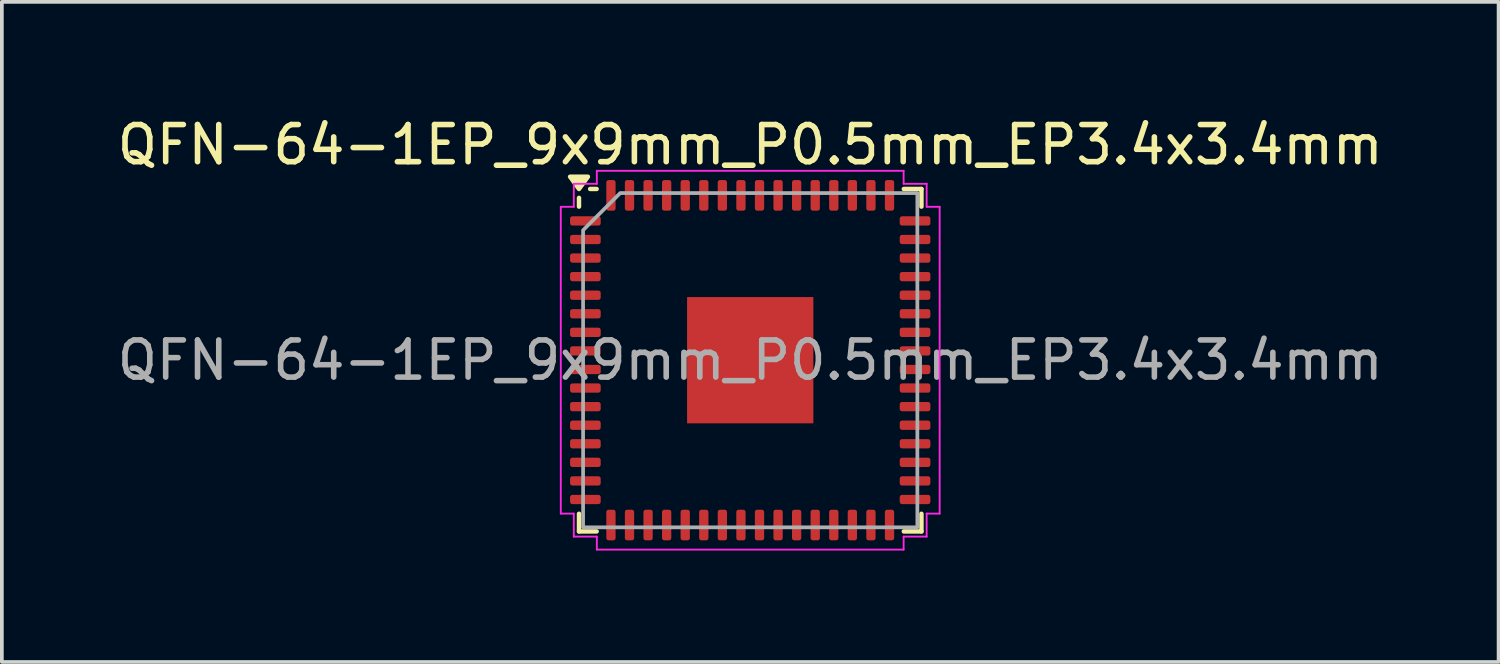
<source format=kicad_pcb>
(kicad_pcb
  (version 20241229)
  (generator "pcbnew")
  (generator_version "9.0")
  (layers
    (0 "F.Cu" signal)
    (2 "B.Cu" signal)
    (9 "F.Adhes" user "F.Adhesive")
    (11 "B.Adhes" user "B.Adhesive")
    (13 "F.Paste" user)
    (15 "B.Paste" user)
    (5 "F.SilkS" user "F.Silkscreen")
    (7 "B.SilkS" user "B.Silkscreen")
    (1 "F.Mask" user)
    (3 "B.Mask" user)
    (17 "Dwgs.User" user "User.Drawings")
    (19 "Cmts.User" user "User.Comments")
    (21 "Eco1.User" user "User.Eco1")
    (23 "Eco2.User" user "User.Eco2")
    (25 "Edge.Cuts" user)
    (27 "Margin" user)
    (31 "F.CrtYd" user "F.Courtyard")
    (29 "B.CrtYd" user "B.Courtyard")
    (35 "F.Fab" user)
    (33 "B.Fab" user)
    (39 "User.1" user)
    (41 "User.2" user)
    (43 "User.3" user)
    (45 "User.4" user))
  (footprint "QFN-64-1EP_9x9mm_P0.5mm_EP3.4x3.4mm"
    (layer "F.Cu")
    (at 17.149 6.648)
    (property "Reference" "QFN-64-1EP_9x9mm_P0.5mm_EP3.4x3.4mm" (at 0 -5.8 0) (layer "F.SilkS") (effects (font (size 1 1) (thickness 0.15))))
    (attr smd)
    (fp_line (start -4.61 -4.135) (end -4.61 -4.37) (stroke (width 0.12) (type solid)) (layer "F.SilkS"))
    (fp_line (start -4.61 4.61) (end -4.61 4.135) (stroke (width 0.12) (type solid)) (layer "F.SilkS"))
    (fp_line (start -4.135 -4.61) (end -4.31 -4.61) (stroke (width 0.12) (type solid)) (layer "F.SilkS"))
    (fp_line (start -4.135 4.61) (end -4.61 4.61) (stroke (width 0.12) (type solid)) (layer "F.SilkS"))
    (fp_line (start 4.135 -4.61) (end 4.61 -4.61) (stroke (width 0.12) (type solid)) (layer "F.SilkS"))
    (fp_line (start 4.135 4.61) (end 4.61 4.61) (stroke (width 0.12) (type solid)) (layer "F.SilkS"))
    (fp_line (start 4.61 -4.61) (end 4.61 -4.135) (stroke (width 0.12) (type solid)) (layer "F.SilkS"))
    (fp_line (start 4.61 4.61) (end 4.61 4.135) (stroke (width 0.12) (type solid)) (layer "F.SilkS"))
    (fp_poly (pts (xy -4.61 -4.61) (xy -4.85 -4.94) (xy -4.37 -4.94)) (stroke (width 0.12) (type solid)) (fill yes) (layer "F.SilkS"))
    (fp_line (start -5.1 -4.13) (end -4.75 -4.13) (stroke (width 0.05) (type solid)) (layer "F.CrtYd"))
    (fp_line (start -5.1 4.13) (end -5.1 -4.13) (stroke (width 0.05) (type solid)) (layer "F.CrtYd"))
    (fp_line (start -4.75 -4.75) (end -4.13 -4.75) (stroke (width 0.05) (type solid)) (layer "F.CrtYd"))
    (fp_line (start -4.75 -4.13) (end -4.75 -4.75) (stroke (width 0.05) (type solid)) (layer "F.CrtYd"))
    (fp_line (start -4.75 4.13) (end -5.1 4.13) (stroke (width 0.05) (type solid)) (layer "F.CrtYd"))
    (fp_line (start -4.75 4.75) (end -4.75 4.13) (stroke (width 0.05) (type solid)) (layer "F.CrtYd"))
    (fp_line (start -4.13 -5.1) (end 4.13 -5.1) (stroke (width 0.05) (type solid)) (layer "F.CrtYd"))
    (fp_line (start -4.13 -4.75) (end -4.13 -5.1) (stroke (width 0.05) (type solid)) (layer "F.CrtYd"))
    (fp_line (start -4.13 4.75) (end -4.75 4.75) (stroke (width 0.05) (type solid)) (layer "F.CrtYd"))
    (fp_line (start -4.13 5.1) (end -4.13 4.75) (stroke (width 0.05) (type solid)) (layer "F.CrtYd"))
    (fp_line (start 4.13 -5.1) (end 4.13 -4.75) (stroke (width 0.05) (type solid)) (layer "F.CrtYd"))
    (fp_line (start 4.13 -4.75) (end 4.75 -4.75) (stroke (width 0.05) (type solid)) (layer "F.CrtYd"))
    (fp_line (start 4.13 4.75) (end 4.13 5.1) (stroke (width 0.05) (type solid)) (layer "F.CrtYd"))
    (fp_line (start 4.13 5.1) (end -4.13 5.1) (stroke (width 0.05) (type solid)) (layer "F.CrtYd"))
    (fp_line (start 4.75 -4.75) (end 4.75 -4.13) (stroke (width 0.05) (type solid)) (layer "F.CrtYd"))
    (fp_line (start 4.75 -4.13) (end 5.1 -4.13) (stroke (width 0.05) (type solid)) (layer "F.CrtYd"))
    (fp_line (start 4.75 4.13) (end 4.75 4.75) (stroke (width 0.05) (type solid)) (layer "F.CrtYd"))
    (fp_line (start 4.75 4.75) (end 4.13 4.75) (stroke (width 0.05) (type solid)) (layer "F.CrtYd"))
    (fp_line (start 5.1 -4.13) (end 5.1 4.13) (stroke (width 0.05) (type solid)) (layer "F.CrtYd"))
    (fp_line (start 5.1 4.13) (end 4.75 4.13) (stroke (width 0.05) (type solid)) (layer "F.CrtYd"))
    (fp_poly (pts (xy -4.5 -3.5) (xy -4.5 4.5) (xy 4.5 4.5) (xy 4.5 -4.5) (xy -3.5 -4.5)) (stroke (width 0.1) (type solid)) (fill no) (layer "F.Fab"))
    (fp_text user "${REFERENCE}" (at 0 0 0) (layer "F.Fab") (effects (font (size 1 1) (thickness 0.15))))
    (pad "" smd roundrect (at -1.13 -1.13) (size 0.91 0.91) (layers "F.Paste") (roundrect_rratio 0.25))
    (pad "" smd roundrect (at -1.13 0) (size 0.91 0.91) (layers "F.Paste") (roundrect_rratio 0.25))
    (pad "" smd roundrect (at -1.13 1.13) (size 0.91 0.91) (layers "F.Paste") (roundrect_rratio 0.25))
    (pad "" smd roundrect (at 0 -1.13) (size 0.91 0.91) (layers "F.Paste") (roundrect_rratio 0.25))
    (pad "" smd roundrect (at 0 0) (size 0.91 0.91) (layers "F.Paste") (roundrect_rratio 0.25))
    (pad "" smd roundrect (at 0 1.13) (size 0.91 0.91) (layers "F.Paste") (roundrect_rratio 0.25))
    (pad "" smd roundrect (at 1.13 -1.13) (size 0.91 0.91) (layers "F.Paste") (roundrect_rratio 0.25))
    (pad "" smd roundrect (at 1.13 0) (size 0.91 0.91) (layers "F.Paste") (roundrect_rratio 0.25))
    (pad "" smd roundrect (at 1.13 1.13) (size 0.91 0.91) (layers "F.Paste") (roundrect_rratio 0.25))
    (pad "1" smd roundrect (at -4.438 -3.75) (size 0.825 0.25) (layers "F.Cu" "F.Mask" "F.Paste") (roundrect_rratio 0.25))
    (pad "2" smd roundrect (at -4.438 -3.25) (size 0.825 0.25) (layers "F.Cu" "F.Mask" "F.Paste") (roundrect_rratio 0.25))
    (pad "3" smd roundrect (at -4.438 -2.75) (size 0.825 0.25) (layers "F.Cu" "F.Mask" "F.Paste") (roundrect_rratio 0.25))
    (pad "4" smd roundrect (at -4.438 -2.25) (size 0.825 0.25) (layers "F.Cu" "F.Mask" "F.Paste") (roundrect_rratio 0.25))
    (pad "5" smd roundrect (at -4.438 -1.75) (size 0.825 0.25) (layers "F.Cu" "F.Mask" "F.Paste") (roundrect_rratio 0.25))
    (pad "6" smd roundrect (at -4.438 -1.25) (size 0.825 0.25) (layers "F.Cu" "F.Mask" "F.Paste") (roundrect_rratio 0.25))
    (pad "7" smd roundrect (at -4.438 -0.75) (size 0.825 0.25) (layers "F.Cu" "F.Mask" "F.Paste") (roundrect_rratio 0.25))
    (pad "8" smd roundrect (at -4.438 -0.25) (size 0.825 0.25) (layers "F.Cu" "F.Mask" "F.Paste") (roundrect_rratio 0.25))
    (pad "9" smd roundrect (at -4.438 0.25) (size 0.825 0.25) (layers "F.Cu" "F.Mask" "F.Paste") (roundrect_rratio 0.25))
    (pad "10" smd roundrect (at -4.438 0.75) (size 0.825 0.25) (layers "F.Cu" "F.Mask" "F.Paste") (roundrect_rratio 0.25))
    (pad "11" smd roundrect (at -4.438 1.25) (size 0.825 0.25) (layers "F.Cu" "F.Mask" "F.Paste") (roundrect_rratio 0.25))
    (pad "12" smd roundrect (at -4.438 1.75) (size 0.825 0.25) (layers "F.Cu" "F.Mask" "F.Paste") (roundrect_rratio 0.25))
    (pad "13" smd roundrect (at -4.438 2.25) (size 0.825 0.25) (layers "F.Cu" "F.Mask" "F.Paste") (roundrect_rratio 0.25))
    (pad "14" smd roundrect (at -4.438 2.75) (size 0.825 0.25) (layers "F.Cu" "F.Mask" "F.Paste") (roundrect_rratio 0.25))
    (pad "15" smd roundrect (at -4.438 3.25) (size 0.825 0.25) (layers "F.Cu" "F.Mask" "F.Paste") (roundrect_rratio 0.25))
    (pad "16" smd roundrect (at -4.438 3.75) (size 0.825 0.25) (layers "F.Cu" "F.Mask" "F.Paste") (roundrect_rratio 0.25))
    (pad "17" smd roundrect (at -3.75 4.438) (size 0.25 0.825) (layers "F.Cu" "F.Mask" "F.Paste") (roundrect_rratio 0.25))
    (pad "18" smd roundrect (at -3.25 4.438) (size 0.25 0.825) (layers "F.Cu" "F.Mask" "F.Paste") (roundrect_rratio 0.25))
    (pad "19" smd roundrect (at -2.75 4.438) (size 0.25 0.825) (layers "F.Cu" "F.Mask" "F.Paste") (roundrect_rratio 0.25))
    (pad "20" smd roundrect (at -2.25 4.438) (size 0.25 0.825) (layers "F.Cu" "F.Mask" "F.Paste") (roundrect_rratio 0.25))
    (pad "21" smd roundrect (at -1.75 4.438) (size 0.25 0.825) (layers "F.Cu" "F.Mask" "F.Paste") (roundrect_rratio 0.25))
    (pad "22" smd roundrect (at -1.25 4.438) (size 0.25 0.825) (layers "F.Cu" "F.Mask" "F.Paste") (roundrect_rratio 0.25))
    (pad "23" smd roundrect (at -0.75 4.438) (size 0.25 0.825) (layers "F.Cu" "F.Mask" "F.Paste") (roundrect_rratio 0.25))
    (pad "24" smd roundrect (at -0.25 4.438) (size 0.25 0.825) (layers "F.Cu" "F.Mask" "F.Paste") (roundrect_rratio 0.25))
    (pad "25" smd roundrect (at 0.25 4.438) (size 0.25 0.825) (layers "F.Cu" "F.Mask" "F.Paste") (roundrect_rratio 0.25))
    (pad "26" smd roundrect (at 0.75 4.438) (size 0.25 0.825) (layers "F.Cu" "F.Mask" "F.Paste") (roundrect_rratio 0.25))
    (pad "27" smd roundrect (at 1.25 4.438) (size 0.25 0.825) (layers "F.Cu" "F.Mask" "F.Paste") (roundrect_rratio 0.25))
    (pad "28" smd roundrect (at 1.75 4.438) (size 0.25 0.825) (layers "F.Cu" "F.Mask" "F.Paste") (roundrect_rratio 0.25))
    (pad "29" smd roundrect (at 2.25 4.438) (size 0.25 0.825) (layers "F.Cu" "F.Mask" "F.Paste") (roundrect_rratio 0.25))
    (pad "30" smd roundrect (at 2.75 4.438) (size 0.25 0.825) (layers "F.Cu" "F.Mask" "F.Paste") (roundrect_rratio 0.25))
    (pad "31" smd roundrect (at 3.25 4.438) (size 0.25 0.825) (layers "F.Cu" "F.Mask" "F.Paste") (roundrect_rratio 0.25))
    (pad "32" smd roundrect (at 3.75 4.438) (size 0.25 0.825) (layers "F.Cu" "F.Mask" "F.Paste") (roundrect_rratio 0.25))
    (pad "33" smd roundrect (at 4.438 3.75) (size 0.825 0.25) (layers "F.Cu" "F.Mask" "F.Paste") (roundrect_rratio 0.25))
    (pad "34" smd roundrect (at 4.438 3.25) (size 0.825 0.25) (layers "F.Cu" "F.Mask" "F.Paste") (roundrect_rratio 0.25))
    (pad "35" smd roundrect (at 4.438 2.75) (size 0.825 0.25) (layers "F.Cu" "F.Mask" "F.Paste") (roundrect_rratio 0.25))
    (pad "36" smd roundrect (at 4.438 2.25) (size 0.825 0.25) (layers "F.Cu" "F.Mask" "F.Paste") (roundrect_rratio 0.25))
    (pad "37" smd roundrect (at 4.438 1.75) (size 0.825 0.25) (layers "F.Cu" "F.Mask" "F.Paste") (roundrect_rratio 0.25))
    (pad "38" smd roundrect (at 4.438 1.25) (size 0.825 0.25) (layers "F.Cu" "F.Mask" "F.Paste") (roundrect_rratio 0.25))
    (pad "39" smd roundrect (at 4.438 0.75) (size 0.825 0.25) (layers "F.Cu" "F.Mask" "F.Paste") (roundrect_rratio 0.25))
    (pad "40" smd roundrect (at 4.438 0.25) (size 0.825 0.25) (layers "F.Cu" "F.Mask" "F.Paste") (roundrect_rratio 0.25))
    (pad "41" smd roundrect (at 4.438 -0.25) (size 0.825 0.25) (layers "F.Cu" "F.Mask" "F.Paste") (roundrect_rratio 0.25))
    (pad "42" smd roundrect (at 4.438 -0.75) (size 0.825 0.25) (layers "F.Cu" "F.Mask" "F.Paste") (roundrect_rratio 0.25))
    (pad "43" smd roundrect (at 4.438 -1.25) (size 0.825 0.25) (layers "F.Cu" "F.Mask" "F.Paste") (roundrect_rratio 0.25))
    (pad "44" smd roundrect (at 4.438 -1.75) (size 0.825 0.25) (layers "F.Cu" "F.Mask" "F.Paste") (roundrect_rratio 0.25))
    (pad "45" smd roundrect (at 4.438 -2.25) (size 0.825 0.25) (layers "F.Cu" "F.Mask" "F.Paste") (roundrect_rratio 0.25))
    (pad "46" smd roundrect (at 4.438 -2.75) (size 0.825 0.25) (layers "F.Cu" "F.Mask" "F.Paste") (roundrect_rratio 0.25))
    (pad "47" smd roundrect (at 4.438 -3.25) (size 0.825 0.25) (layers "F.Cu" "F.Mask" "F.Paste") (roundrect_rratio 0.25))
    (pad "48" smd roundrect (at 4.438 -3.75) (size 0.825 0.25) (layers "F.Cu" "F.Mask" "F.Paste") (roundrect_rratio 0.25))
    (pad "49" smd roundrect (at 3.75 -4.438) (size 0.25 0.825) (layers "F.Cu" "F.Mask" "F.Paste") (roundrect_rratio 0.25))
    (pad "50" smd roundrect (at 3.25 -4.438) (size 0.25 0.825) (layers "F.Cu" "F.Mask" "F.Paste") (roundrect_rratio 0.25))
    (pad "51" smd roundrect (at 2.75 -4.438) (size 0.25 0.825) (layers "F.Cu" "F.Mask" "F.Paste") (roundrect_rratio 0.25))
    (pad "52" smd roundrect (at 2.25 -4.438) (size 0.25 0.825) (layers "F.Cu" "F.Mask" "F.Paste") (roundrect_rratio 0.25))
    (pad "53" smd roundrect (at 1.75 -4.438) (size 0.25 0.825) (layers "F.Cu" "F.Mask" "F.Paste") (roundrect_rratio 0.25))
    (pad "54" smd roundrect (at 1.25 -4.438) (size 0.25 0.825) (layers "F.Cu" "F.Mask" "F.Paste") (roundrect_rratio 0.25))
    (pad "55" smd roundrect (at 0.75 -4.438) (size 0.25 0.825) (layers "F.Cu" "F.Mask" "F.Paste") (roundrect_rratio 0.25))
    (pad "56" smd roundrect (at 0.25 -4.438) (size 0.25 0.825) (layers "F.Cu" "F.Mask" "F.Paste") (roundrect_rratio 0.25))
    (pad "57" smd roundrect (at -0.25 -4.438) (size 0.25 0.825) (layers "F.Cu" "F.Mask" "F.Paste") (roundrect_rratio 0.25))
    (pad "58" smd roundrect (at -0.75 -4.438) (size 0.25 0.825) (layers "F.Cu" "F.Mask" "F.Paste") (roundrect_rratio 0.25))
    (pad "59" smd roundrect (at -1.25 -4.438) (size 0.25 0.825) (layers "F.Cu" "F.Mask" "F.Paste") (roundrect_rratio 0.25))
    (pad "60" smd roundrect (at -1.75 -4.438) (size 0.25 0.825) (layers "F.Cu" "F.Mask" "F.Paste") (roundrect_rratio 0.25))
    (pad "61" smd roundrect (at -2.25 -4.438) (size 0.25 0.825) (layers "F.Cu" "F.Mask" "F.Paste") (roundrect_rratio 0.25))
    (pad "62" smd roundrect (at -2.75 -4.438) (size 0.25 0.825) (layers "F.Cu" "F.Mask" "F.Paste") (roundrect_rratio 0.25))
    (pad "63" smd roundrect (at -3.25 -4.438) (size 0.25 0.825) (layers "F.Cu" "F.Mask" "F.Paste") (roundrect_rratio 0.25))
    (pad "64" smd roundrect (at -3.75 -4.438) (size 0.25 0.825) (layers "F.Cu" "F.Mask" "F.Paste") (roundrect_rratio 0.25))
    (pad "65" smd rect (at 0 0) (size 3.4 3.4) (property pad_prop_heatsink) (layers "F.Cu" "F.Mask")))
  (gr_rect
    (start -3 -3)
    (end 37.298 14.773)
    (stroke (width 0.1) (type default))
    (fill no)
    (layer "Edge.Cuts")))
</source>
